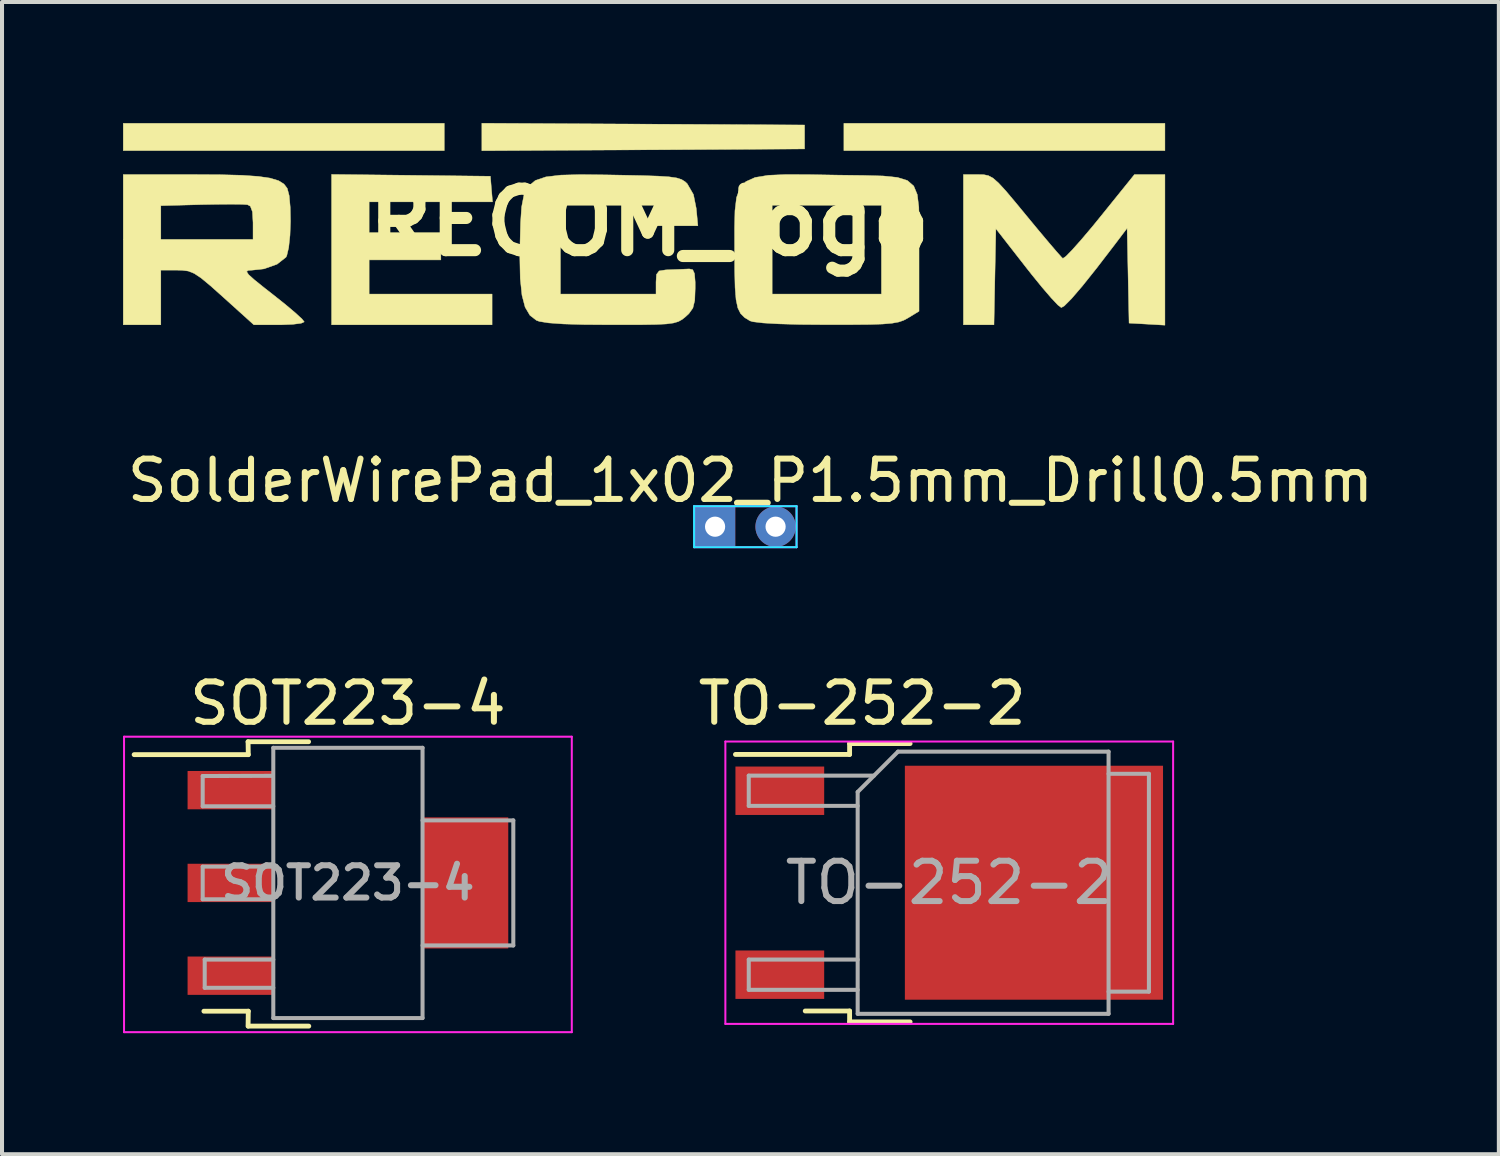
<source format=kicad_pcb>
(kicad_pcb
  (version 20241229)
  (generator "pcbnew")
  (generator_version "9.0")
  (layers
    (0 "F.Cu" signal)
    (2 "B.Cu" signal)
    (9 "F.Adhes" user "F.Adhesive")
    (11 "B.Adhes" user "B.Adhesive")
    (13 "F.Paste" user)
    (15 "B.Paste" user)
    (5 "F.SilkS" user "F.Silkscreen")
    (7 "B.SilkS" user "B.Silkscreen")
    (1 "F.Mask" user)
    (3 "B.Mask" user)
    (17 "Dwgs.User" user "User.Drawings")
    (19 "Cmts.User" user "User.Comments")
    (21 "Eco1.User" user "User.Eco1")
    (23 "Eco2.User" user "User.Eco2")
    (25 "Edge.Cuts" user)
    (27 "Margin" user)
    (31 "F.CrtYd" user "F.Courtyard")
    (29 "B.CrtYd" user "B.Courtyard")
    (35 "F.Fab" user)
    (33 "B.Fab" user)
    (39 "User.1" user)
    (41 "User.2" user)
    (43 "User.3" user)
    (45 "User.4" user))
  (footprint "TO-252-2"
    (layer "F.Cu")
    (at 20.482 18.833)
    (property "Reference" "TO-252-2" (at -2.159 -4.445 0) (layer "F.SilkS") (effects (font (size 1 1) (thickness 0.15))))
    (attr smd)
    (fp_line (start -2.47 -3.45) (end -2.47 -3.18) (stroke (width 0.12) (type solid)) (layer "F.SilkS"))
    (fp_line (start -2.47 -3.18) (end -5.3 -3.18) (stroke (width 0.12) (type solid)) (layer "F.SilkS"))
    (fp_line (start -2.47 3.18) (end -3.57 3.18) (stroke (width 0.12) (type solid)) (layer "F.SilkS"))
    (fp_line (start -2.47 3.45) (end -2.47 3.18) (stroke (width 0.12) (type solid)) (layer "F.SilkS"))
    (fp_line (start -0.97 -3.45) (end -2.47 -3.45) (stroke (width 0.12) (type solid)) (layer "F.SilkS"))
    (fp_line (start -0.97 3.45) (end -2.47 3.45) (stroke (width 0.12) (type solid)) (layer "F.SilkS"))
    (fp_line (start -5.55 -3.5) (end -5.55 3.5) (stroke (width 0.05) (type solid)) (layer "F.CrtYd"))
    (fp_line (start -5.55 3.5) (end 5.55 3.5) (stroke (width 0.05) (type solid)) (layer "F.CrtYd"))
    (fp_line (start 5.55 -3.5) (end -5.55 -3.5) (stroke (width 0.05) (type solid)) (layer "F.CrtYd"))
    (fp_line (start 5.55 3.5) (end 5.55 -3.5) (stroke (width 0.05) (type solid)) (layer "F.CrtYd"))
    (fp_line (start -4.97 -2.655) (end -4.97 -1.905) (stroke (width 0.1) (type solid)) (layer "F.Fab"))
    (fp_line (start -4.97 -1.905) (end -2.27 -1.905) (stroke (width 0.1) (type solid)) (layer "F.Fab"))
    (fp_line (start -4.97 1.905) (end -4.97 2.655) (stroke (width 0.1) (type solid)) (layer "F.Fab"))
    (fp_line (start -4.97 2.655) (end -2.27 2.655) (stroke (width 0.1) (type solid)) (layer "F.Fab"))
    (fp_line (start -2.27 -2.25) (end -1.27 -3.25) (stroke (width 0.1) (type solid)) (layer "F.Fab"))
    (fp_line (start -2.27 1.905) (end -4.97 1.905) (stroke (width 0.1) (type solid)) (layer "F.Fab"))
    (fp_line (start -2.27 3.25) (end -2.27 -2.25) (stroke (width 0.1) (type solid)) (layer "F.Fab"))
    (fp_line (start -1.865 -2.655) (end -4.97 -2.655) (stroke (width 0.1) (type solid)) (layer "F.Fab"))
    (fp_line (start -1.27 -3.25) (end 3.95 -3.25) (stroke (width 0.1) (type solid)) (layer "F.Fab"))
    (fp_line (start 3.95 -3.25) (end 3.95 3.25) (stroke (width 0.1) (type solid)) (layer "F.Fab"))
    (fp_line (start 3.95 -2.7) (end 4.95 -2.7) (stroke (width 0.1) (type solid)) (layer "F.Fab"))
    (fp_line (start 3.95 3.25) (end -2.27 3.25) (stroke (width 0.1) (type solid)) (layer "F.Fab"))
    (fp_line (start 4.95 -2.7) (end 4.95 2.7) (stroke (width 0.1) (type solid)) (layer "F.Fab"))
    (fp_line (start 4.95 2.7) (end 3.95 2.7) (stroke (width 0.1) (type solid)) (layer "F.Fab"))
    (fp_text user "${REFERENCE}" (at 0 0 0) (layer "F.Fab") (effects (font (size 1 1) (thickness 0.15))))
    (pad "1" smd rect (at -4.2 -2.28) (size 2.2 1.2) (layers "F.Cu" "F.Mask" "F.Paste"))
    (pad "2" smd rect (at 2.1 0) (size 6.4 5.8) (layers "F.Cu" "F.Mask"))
    (pad "3" smd rect (at -4.2 2.28) (size 2.2 1.2) (layers "F.Cu" "F.Mask" "F.Paste")))
  (footprint "SOT223-4"
    (layer "F.Cu")
    (at 5.575 18.838)
    (property "Reference" "SOT223-4" (at 0 -4.45 0) (layer "F.SilkS") (effects (font (size 1 1) (thickness 0.15))))
    (attr smd)
    (fp_line (start -2.475 -3.5) (end -2.47 -3.18) (stroke (width 0.12) (type solid)) (layer "F.SilkS"))
    (fp_line (start -2.475 3.55) (end -2.47 3.18) (stroke (width 0.12) (type solid)) (layer "F.SilkS"))
    (fp_line (start -2.47 -3.18) (end -5.3 -3.18) (stroke (width 0.12) (type solid)) (layer "F.SilkS"))
    (fp_line (start -2.47 3.18) (end -3.57 3.18) (stroke (width 0.12) (type solid)) (layer "F.SilkS"))
    (fp_line (start -0.975 -3.5) (end -2.475 -3.5) (stroke (width 0.12) (type solid)) (layer "F.SilkS"))
    (fp_line (start -0.97 3.55) (end -2.47 3.55) (stroke (width 0.12) (type solid)) (layer "F.SilkS"))
    (fp_line (start -5.55 -3.625) (end -5.55 3.7) (stroke (width 0.05) (type solid)) (layer "F.CrtYd"))
    (fp_line (start -5.55 3.7) (end 5.55 3.7) (stroke (width 0.05) (type solid)) (layer "F.CrtYd"))
    (fp_line (start 5.55 -3.625) (end -5.55 -3.625) (stroke (width 0.05) (type solid)) (layer "F.CrtYd"))
    (fp_line (start 5.55 3.7) (end 5.55 -3.625) (stroke (width 0.05) (type solid)) (layer "F.CrtYd"))
    (fp_line (start -3.6 -2.65) (end -3.6 -1.9) (stroke (width 0.1) (type solid)) (layer "F.Fab"))
    (fp_line (start -3.6 -1.9) (end -1.85 -1.9) (stroke (width 0.1) (type solid)) (layer "F.Fab"))
    (fp_line (start -3.6 -0.4) (end -3.6 0.405) (stroke (width 0.1) (type solid)) (layer "F.Fab"))
    (fp_line (start -3.6 0.405) (end -1.85 0.405) (stroke (width 0.1) (type solid)) (layer "F.Fab"))
    (fp_line (start -3.55 1.9) (end -3.55 2.6) (stroke (width 0.1) (type solid)) (layer "F.Fab"))
    (fp_line (start -3.55 2.6) (end -1.85 2.6) (stroke (width 0.1) (type solid)) (layer "F.Fab"))
    (fp_line (start -1.865 -2.655) (end -3.6 -2.65) (stroke (width 0.1) (type solid)) (layer "F.Fab"))
    (fp_line (start -1.85 -3.35) (end 1.85 -3.35) (stroke (width 0.1) (type solid)) (layer "F.Fab"))
    (fp_line (start -1.85 -0.405) (end -3.6 -0.405) (stroke (width 0.1) (type solid)) (layer "F.Fab"))
    (fp_line (start -1.85 1.9) (end -3.55 1.9) (stroke (width 0.1) (type solid)) (layer "F.Fab"))
    (fp_line (start -1.85 3.35) (end -1.85 -3.35) (stroke (width 0.1) (type solid)) (layer "F.Fab"))
    (fp_line (start 1.85 -3.35) (end 1.85 3.35) (stroke (width 0.1) (type solid)) (layer "F.Fab"))
    (fp_line (start 1.85 -1.55) (end 4.1 -1.55) (stroke (width 0.1) (type solid)) (layer "F.Fab"))
    (fp_line (start 1.85 1.55) (end 4.1 1.55) (stroke (width 0.1) (type solid)) (layer "F.Fab"))
    (fp_line (start 1.85 3.35) (end -1.85 3.35) (stroke (width 0.1) (type solid)) (layer "F.Fab"))
    (fp_line (start 4.1 -1.55) (end 4.1 1.55) (stroke (width 0.1) (type solid)) (layer "F.Fab"))
    (fp_text user "${REFERENCE}" (at 0 0 0) (layer "F.Fab") (effects (font (size 0.8 0.8) (thickness 0.15))))
    (pad "1" smd rect (at -2.9 -2.3) (size 2.15 0.95) (layers "F.Cu" "F.Mask" "F.Paste"))
    (pad "2" smd rect (at -2.9 0) (size 2.15 0.95) (layers "F.Cu" "F.Mask" "F.Paste"))
    (pad "2" smd rect (at 2.9 0) (size 2.15 3.25) (layers "F.Cu" "F.Mask"))
    (pad "3" smd rect (at -2.9 2.3) (size 2.15 0.95) (layers "F.Cu" "F.Mask" "F.Paste")))
  (footprint "RECOM_logo"
    (layer "F.Cu")
    (at 13.044 2.462)
    (property "Reference" "RECOM_logo" (at 0 0 0) (layer "F.SilkS") (effects (font (size 1.524 1.524) (thickness 0.3))))
    (attr through_hole)
    (fp_poly (pts (xy -5.08 -1.778) (xy -13.039 -1.778) (xy -13.039 -2.455) (xy -5.08 -2.455) (xy -5.08 -1.778)) (stroke (width 0.01) (type solid)) (fill yes) (layer "F.SilkS"))
    (fp_poly (pts (xy 3.852 -2.413) (xy 3.852 -1.82) (xy -4.149 -1.776) (xy -4.149 -2.457) (xy 3.852 -2.413)) (stroke (width 0.01) (type solid)) (fill yes) (layer "F.SilkS"))
    (fp_poly (pts (xy 12.785 -1.778) (xy 4.826 -1.778) (xy 4.826 -2.455) (xy 12.785 -2.455) (xy 12.785 -1.778)) (stroke (width 0.01) (type solid)) (fill yes) (layer "F.SilkS"))
    (fp_poly (pts (xy -5.905 -1.166) (xy -3.937 -1.143) (xy -3.911 -0.826) (xy -3.884 -0.508) (xy -6.943 -0.508) (xy -6.943 0.254) (xy -5.165 0.254) (xy -5.165 0.931) (xy -6.943 0.931) (xy -6.943 1.778) (xy -3.895 1.778) (xy -3.895 2.54) (xy -7.874 2.54) (xy -7.874 -1.188) (xy -5.905 -1.166)) (stroke (width 0.01) (type solid)) (fill yes) (layer "F.SilkS"))
    (fp_poly (pts (xy 8.292 -1.182) (xy 8.408 -1.158) (xy 8.524 -1.096) (xy 8.661 -0.975) (xy 8.843 -0.777) (xy 9.091 -0.482) (xy 9.352 -0.165) (xy 9.644 0.188) (xy 9.9 0.493) (xy 10.101 0.728) (xy 10.225 0.867) (xy 10.255 0.895) (xy 10.327 0.846) (xy 10.484 0.686) (xy 10.708 0.434) (xy 10.98 0.113) (xy 11.174 -0.125) (xy 12.029 -1.185) (xy 12.785 -1.185) (xy 12.785 2.549) (xy 12.34 2.523) (xy 11.896 2.498) (xy 11.848 0.145) (xy 11.533 0.561) (xy 11.094 1.133) (xy 10.739 1.578) (xy 10.47 1.891) (xy 10.292 2.07) (xy 10.216 2.114) (xy 10.131 2.049) (xy 9.966 1.874) (xy 9.74 1.611) (xy 9.474 1.284) (xy 9.356 1.134) (xy 8.594 0.157) (xy 8.57 1.348) (xy 8.547 2.54) (xy 7.789 2.54) (xy 7.789 -1.185) (xy 8.152 -1.185) (xy 8.292 -1.182)) (stroke (width 0.01) (type solid)) (fill yes) (layer "F.SilkS"))
    (fp_poly (pts (xy 3.979 -1.183) (xy 4.676 -1.171) (xy 5.31 -1.163) (xy 5.796 -1.15) (xy 6.153 -1.114) (xy 6.4 -1.038) (xy 6.558 -0.901) (xy 6.646 -0.688) (xy 6.684 -0.377) (xy 6.692 0.047) (xy 6.689 0.604) (xy 6.689 0.692) (xy 6.689 2.204) (xy 6.413 2.372) (xy 6.307 2.429) (xy 6.185 2.471) (xy 6.02 2.501) (xy 5.79 2.521) (xy 5.467 2.532) (xy 5.027 2.536) (xy 4.444 2.537) (xy 4.403 2.537) (xy 3.748 2.532) (xy 3.216 2.517) (xy 2.82 2.494) (xy 2.571 2.464) (xy 2.498 2.442) (xy 2.363 2.359) (xy 2.265 2.261) (xy 2.197 2.123) (xy 2.153 1.917) (xy 2.129 1.62) (xy 2.119 1.204) (xy 2.117 0.661) (xy 2.116 0.13) (xy 2.126 -0.29) (xy 2.142 -0.423) (xy 3.048 -0.423) (xy 3.048 1.778) (xy 5.757 1.778) (xy 5.757 -0.423) (xy 3.048 -0.423) (xy 2.142 -0.423) (xy 2.164 -0.612) (xy 2.248 -0.848) (xy 2.396 -1.01) (xy 2.625 -1.113) (xy 2.954 -1.167) (xy 3.399 -1.186) (xy 3.979 -1.183)) (stroke (width 0.01) (type solid)) (fill yes) (layer "F.SilkS"))
    (fp_poly (pts (xy -10.63 -1.181) (xy -10.095 -1.167) (xy -9.689 -1.139) (xy -9.393 -1.095) (xy -9.188 -1.033) (xy -9.054 -0.949) (xy -8.973 -0.843) (xy -8.925 -0.662) (xy -8.899 -0.374) (xy -8.892 -0.028) (xy -8.905 0.321) (xy -8.937 0.624) (xy -8.985 0.827) (xy -9.005 0.865) (xy -9.227 1.039) (xy -9.549 1.153) (xy -9.841 1.185) (xy -9.945 1.192) (xy -9.979 1.223) (xy -9.931 1.296) (xy -9.785 1.427) (xy -9.526 1.635) (xy -9.328 1.79) (xy -9.022 2.033) (xy -8.773 2.243) (xy -8.607 2.396) (xy -8.551 2.467) (xy -8.629 2.502) (xy -8.834 2.528) (xy -9.125 2.54) (xy -9.176 2.54) (xy -9.801 2.54) (xy -10.551 1.863) (xy -10.874 1.575) (xy -11.106 1.382) (xy -11.279 1.267) (xy -11.426 1.208) (xy -11.581 1.188) (xy -11.705 1.185) (xy -12.107 1.185) (xy -12.107 2.54) (xy -13.039 2.54) (xy -13.039 -0.413) (xy -12.107 -0.413) (xy -12.107 0.423) (xy -9.821 0.423) (xy -9.821 0.006) (xy -9.836 -0.262) (xy -9.888 -0.4) (xy -9.959 -0.438) (xy -10.095 -0.447) (xy -10.36 -0.45) (xy -10.717 -0.447) (xy -11.102 -0.44) (xy -12.107 -0.413) (xy -13.039 -0.413) (xy -13.039 -1.185) (xy -11.316 -1.185) (xy -10.63 -1.181)) (stroke (width 0.01) (type solid)) (fill yes) (layer "F.SilkS"))
    (fp_poly (pts (xy -1.072 -1.177) (xy -0.701 -1.17) (xy -0.168 -1.159) (xy 0.222 -1.146) (xy 0.496 -1.128) (xy 0.681 -1.101) (xy 0.803 -1.062) (xy 0.89 -1.007) (xy 0.941 -0.96) (xy 1.097 -0.69) (xy 1.166 -0.346) (xy 1.207 0.085) (xy 0.169 0.085) (xy 0.169 -0.423) (xy -2.201 -0.423) (xy -2.201 1.778) (xy 0.169 1.778) (xy 0.169 1.482) (xy 0.18 1.292) (xy 0.245 1.205) (xy 0.413 1.178) (xy 0.508 1.175) (xy 0.765 1.165) (xy 0.968 1.156) (xy 0.995 1.155) (xy 1.079 1.174) (xy 1.123 1.27) (xy 1.14 1.479) (xy 1.14 1.64) (xy 1.129 1.936) (xy 1.083 2.124) (xy 0.984 2.263) (xy 0.903 2.338) (xy 0.816 2.408) (xy 0.724 2.459) (xy 0.602 2.495) (xy 0.425 2.519) (xy 0.165 2.532) (xy -0.202 2.538) (xy -0.702 2.539) (xy -0.957 2.539) (xy -1.622 2.534) (xy -2.129 2.519) (xy -2.491 2.493) (xy -2.719 2.457) (xy -2.794 2.431) (xy -2.957 2.305) (xy -3.076 2.104) (xy -3.154 1.807) (xy -3.197 1.394) (xy -3.208 0.844) (xy -3.202 0.504) (xy -3.189 0.008) (xy -3.163 -0.381) (xy -3.105 -0.677) (xy -2.998 -0.892) (xy -2.823 -1.038) (xy -2.561 -1.127) (xy -2.194 -1.171) (xy -1.704 -1.184) (xy -1.072 -1.177)) (stroke (width 0.01) (type solid)) (fill yes) (layer "F.SilkS")))
  (footprint "SolderWirePad_1x02_P1.5mm_Drill0.5mm"
    (layer "F.Cu")
    (at 15.427 10.007)
    (property "Reference" "SolderWirePad_1x02_P1.5mm_Drill0.5mm" (at 0.127 -1.143 0) (layer "F.SilkS") (effects (font (size 1 1) (thickness 0.15))))
    (attr through_hole)
    (fp_line (start -1.27 -0.508) (end -1.27 0.508) (stroke (width 0.05) (type solid)) (layer "B.CrtYd"))
    (fp_line (start -1.27 0.508) (end 1.27 0.508) (stroke (width 0.05) (type solid)) (layer "B.CrtYd"))
    (fp_line (start 1.27 -0.508) (end -1.27 -0.508) (stroke (width 0.05) (type solid)) (layer "B.CrtYd"))
    (fp_line (start 1.27 0.508) (end 1.27 -0.508) (stroke (width 0.05) (type solid)) (layer "B.CrtYd"))
    (fp_line (start -1.27 -0.508) (end -1.27 0.508) (stroke (width 0.05) (type solid)) (layer "F.CrtYd"))
    (fp_line (start -1.27 0.508) (end 1.27 0.508) (stroke (width 0.05) (type solid)) (layer "F.CrtYd"))
    (fp_line (start 1.27 -0.508) (end -1.27 -0.508) (stroke (width 0.05) (type solid)) (layer "F.CrtYd"))
    (fp_line (start 1.27 0.508) (end 1.27 -0.508) (stroke (width 0.05) (type solid)) (layer "F.CrtYd"))
    (pad "1" thru_hole rect (at -0.75 0) (size 1 1) (drill 0.5) (layers "*.Cu" "*.Mask"))
    (pad "2" thru_hole circle (at 0.75 0) (size 1 1) (drill 0.5) (layers "*.Cu" "*.Mask")))
  (gr_rect
    (start -3 -3)
    (end 34.107 25.563)
    (stroke (width 0.1) (type default))
    (fill no)
    (layer "Edge.Cuts")))
</source>
